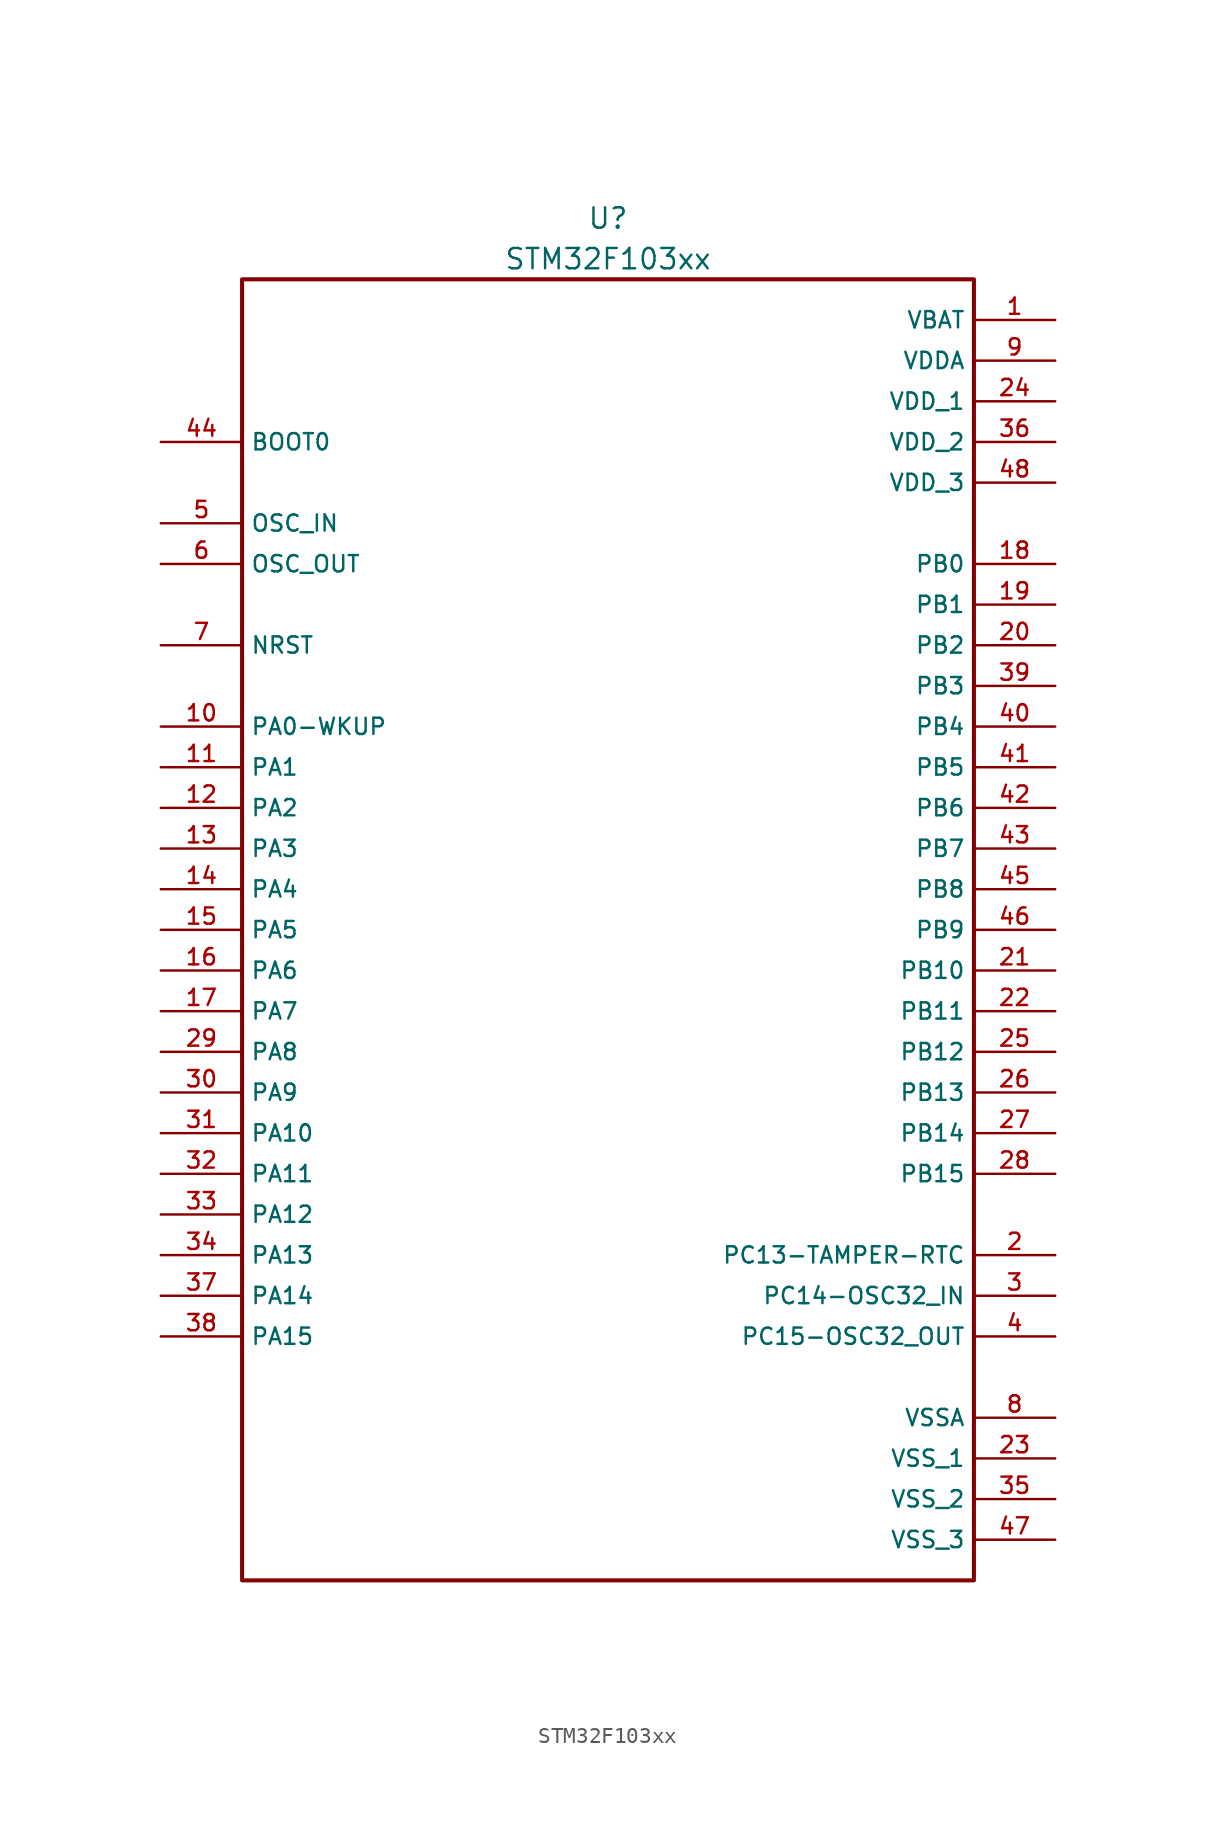
<source format=kicad_sym>
(kicad_symbol_lib
  (version 20211014)
  (generator kicad_symbol_editor)
  (symbol "STM32F103xx"
    (property "Reference" "U"
      (at 0 44.45 0)
      (effects (font (size 1.27 1.27))))
    (property "Value" "STM32F103xx"
      (at 0 41.91 0)
      (effects (font (size 1.27 1.27))))
    (symbol "STM32F103xx_0_0"
      (rectangle (start -22.86 -40.64) (end 22.86 40.64) (stroke (width 0.254) (type default) (color 0 0 0 0)) (fill (type none)))
      (pin power_in line (at 27.94 38.1 180) (length 5.08) (name "VBAT" (effects (font (size 1.016 1.016)))) (number "1" (effects (font (size 1.016 1.016)))))
      (pin bidirectional line (at -27.94 12.7 0) (length 5.08) (name "PA0-WKUP" (effects (font (size 1.016 1.016)))) (number "10" (effects (font (size 1.016 1.016)))))
      (pin bidirectional line (at -27.94 10.16 0) (length 5.08) (name "PA1" (effects (font (size 1.016 1.016)))) (number "11" (effects (font (size 1.016 1.016)))))
      (pin bidirectional line (at -27.94 7.62 0) (length 5.08) (name "PA2" (effects (font (size 1.016 1.016)))) (number "12" (effects (font (size 1.016 1.016)))))
      (pin bidirectional line (at -27.94 5.08 0) (length 5.08) (name "PA3" (effects (font (size 1.016 1.016)))) (number "13" (effects (font (size 1.016 1.016)))))
      (pin bidirectional line (at -27.94 2.54 0) (length 5.08) (name "PA4" (effects (font (size 1.016 1.016)))) (number "14" (effects (font (size 1.016 1.016)))))
      (pin bidirectional line (at -27.94 0 0) (length 5.08) (name "PA5" (effects (font (size 1.016 1.016)))) (number "15" (effects (font (size 1.016 1.016)))))
      (pin bidirectional line (at -27.94 -2.54 0) (length 5.08) (name "PA6" (effects (font (size 1.016 1.016)))) (number "16" (effects (font (size 1.016 1.016)))))
      (pin bidirectional line (at -27.94 -5.08 0) (length 5.08) (name "PA7" (effects (font (size 1.016 1.016)))) (number "17" (effects (font (size 1.016 1.016)))))
      (pin bidirectional line (at 27.94 22.86 180) (length 5.08) (name "PB0" (effects (font (size 1.016 1.016)))) (number "18" (effects (font (size 1.016 1.016)))))
      (pin bidirectional line (at 27.94 20.32 180) (length 5.08) (name "PB1" (effects (font (size 1.016 1.016)))) (number "19" (effects (font (size 1.016 1.016)))))
      (pin bidirectional line (at 27.94 -20.32 180) (length 5.08) (name "PC13-TAMPER-RTC" (effects (font (size 1.016 1.016)))) (number "2" (effects (font (size 1.016 1.016)))))
      (pin bidirectional line (at 27.94 17.78 180) (length 5.08) (name "PB2" (effects (font (size 1.016 1.016)))) (number "20" (effects (font (size 1.016 1.016)))))
      (pin bidirectional line (at 27.94 -2.54 180) (length 5.08) (name "PB10" (effects (font (size 1.016 1.016)))) (number "21" (effects (font (size 1.016 1.016)))))
      (pin bidirectional line (at 27.94 -5.08 180) (length 5.08) (name "PB11" (effects (font (size 1.016 1.016)))) (number "22" (effects (font (size 1.016 1.016)))))
      (pin power_in line (at 27.94 -33.02 180) (length 5.08) (name "VSS_1" (effects (font (size 1.016 1.016)))) (number "23" (effects (font (size 1.016 1.016)))))
      (pin power_in line (at 27.94 33.02 180) (length 5.08) (name "VDD_1" (effects (font (size 1.016 1.016)))) (number "24" (effects (font (size 1.016 1.016)))))
      (pin bidirectional line (at 27.94 -7.62 180) (length 5.08) (name "PB12" (effects (font (size 1.016 1.016)))) (number "25" (effects (font (size 1.016 1.016)))))
      (pin bidirectional line (at 27.94 -10.16 180) (length 5.08) (name "PB13" (effects (font (size 1.016 1.016)))) (number "26" (effects (font (size 1.016 1.016)))))
      (pin bidirectional line (at 27.94 -12.7 180) (length 5.08) (name "PB14" (effects (font (size 1.016 1.016)))) (number "27" (effects (font (size 1.016 1.016)))))
      (pin bidirectional line (at 27.94 -15.24 180) (length 5.08) (name "PB15" (effects (font (size 1.016 1.016)))) (number "28" (effects (font (size 1.016 1.016)))))
      (pin bidirectional line (at -27.94 -7.62 0) (length 5.08) (name "PA8" (effects (font (size 1.016 1.016)))) (number "29" (effects (font (size 1.016 1.016)))))
      (pin bidirectional line (at 27.94 -22.86 180) (length 5.08) (name "PC14-OSC32_IN" (effects (font (size 1.016 1.016)))) (number "3" (effects (font (size 1.016 1.016)))))
      (pin bidirectional line (at -27.94 -10.16 0) (length 5.08) (name "PA9" (effects (font (size 1.016 1.016)))) (number "30" (effects (font (size 1.016 1.016)))))
      (pin bidirectional line (at -27.94 -12.7 0) (length 5.08) (name "PA10" (effects (font (size 1.016 1.016)))) (number "31" (effects (font (size 1.016 1.016)))))
      (pin bidirectional line (at -27.94 -15.24 0) (length 5.08) (name "PA11" (effects (font (size 1.016 1.016)))) (number "32" (effects (font (size 1.016 1.016)))))
      (pin bidirectional line (at -27.94 -17.78 0) (length 5.08) (name "PA12" (effects (font (size 1.016 1.016)))) (number "33" (effects (font (size 1.016 1.016)))))
      (pin bidirectional line (at -27.94 -20.32 0) (length 5.08) (name "PA13" (effects (font (size 1.016 1.016)))) (number "34" (effects (font (size 1.016 1.016)))))
      (pin power_in line (at 27.94 -35.56 180) (length 5.08) (name "VSS_2" (effects (font (size 1.016 1.016)))) (number "35" (effects (font (size 1.016 1.016)))))
      (pin power_in line (at 27.94 30.48 180) (length 5.08) (name "VDD_2" (effects (font (size 1.016 1.016)))) (number "36" (effects (font (size 1.016 1.016)))))
      (pin bidirectional line (at -27.94 -22.86 0) (length 5.08) (name "PA14" (effects (font (size 1.016 1.016)))) (number "37" (effects (font (size 1.016 1.016)))))
      (pin bidirectional line (at -27.94 -25.4 0) (length 5.08) (name "PA15" (effects (font (size 1.016 1.016)))) (number "38" (effects (font (size 1.016 1.016)))))
      (pin bidirectional line (at 27.94 15.24 180) (length 5.08) (name "PB3" (effects (font (size 1.016 1.016)))) (number "39" (effects (font (size 1.016 1.016)))))
      (pin bidirectional line (at 27.94 -25.4 180) (length 5.08) (name "PC15-OSC32_OUT" (effects (font (size 1.016 1.016)))) (number "4" (effects (font (size 1.016 1.016)))))
      (pin bidirectional line (at 27.94 12.7 180) (length 5.08) (name "PB4" (effects (font (size 1.016 1.016)))) (number "40" (effects (font (size 1.016 1.016)))))
      (pin bidirectional line (at 27.94 10.16 180) (length 5.08) (name "PB5" (effects (font (size 1.016 1.016)))) (number "41" (effects (font (size 1.016 1.016)))))
      (pin bidirectional line (at 27.94 7.62 180) (length 5.08) (name "PB6" (effects (font (size 1.016 1.016)))) (number "42" (effects (font (size 1.016 1.016)))))
      (pin bidirectional line (at 27.94 5.08 180) (length 5.08) (name "PB7" (effects (font (size 1.016 1.016)))) (number "43" (effects (font (size 1.016 1.016)))))
      (pin input line (at -27.94 30.48 0) (length 5.08) (name "BOOT0" (effects (font (size 1.016 1.016)))) (number "44" (effects (font (size 1.016 1.016)))))
      (pin bidirectional line (at 27.94 2.54 180) (length 5.08) (name "PB8" (effects (font (size 1.016 1.016)))) (number "45" (effects (font (size 1.016 1.016)))))
      (pin bidirectional line (at 27.94 0 180) (length 5.08) (name "PB9" (effects (font (size 1.016 1.016)))) (number "46" (effects (font (size 1.016 1.016)))))
      (pin power_in line (at 27.94 -38.1 180) (length 5.08) (name "VSS_3" (effects (font (size 1.016 1.016)))) (number "47" (effects (font (size 1.016 1.016)))))
      (pin power_in line (at 27.94 27.94 180) (length 5.08) (name "VDD_3" (effects (font (size 1.016 1.016)))) (number "48" (effects (font (size 1.016 1.016)))))
      (pin input line (at -27.94 25.4 0) (length 5.08) (name "OSC_IN" (effects (font (size 1.016 1.016)))) (number "5" (effects (font (size 1.016 1.016)))))
      (pin output line (at -27.94 22.86 0) (length 5.08) (name "OSC_OUT" (effects (font (size 1.016 1.016)))) (number "6" (effects (font (size 1.016 1.016)))))
      (pin bidirectional line (at -27.94 17.78 0) (length 5.08) (name "NRST" (effects (font (size 1.016 1.016)))) (number "7" (effects (font (size 1.016 1.016)))))
      (pin power_in line (at 27.94 -30.48 180) (length 5.08) (name "VSSA" (effects (font (size 1.016 1.016)))) (number "8" (effects (font (size 1.016 1.016)))))
      (pin power_in line (at 27.94 35.56 180) (length 5.08) (name "VDDA" (effects (font (size 1.016 1.016)))) (number "9" (effects (font (size 1.016 1.016))))))))
</source>
